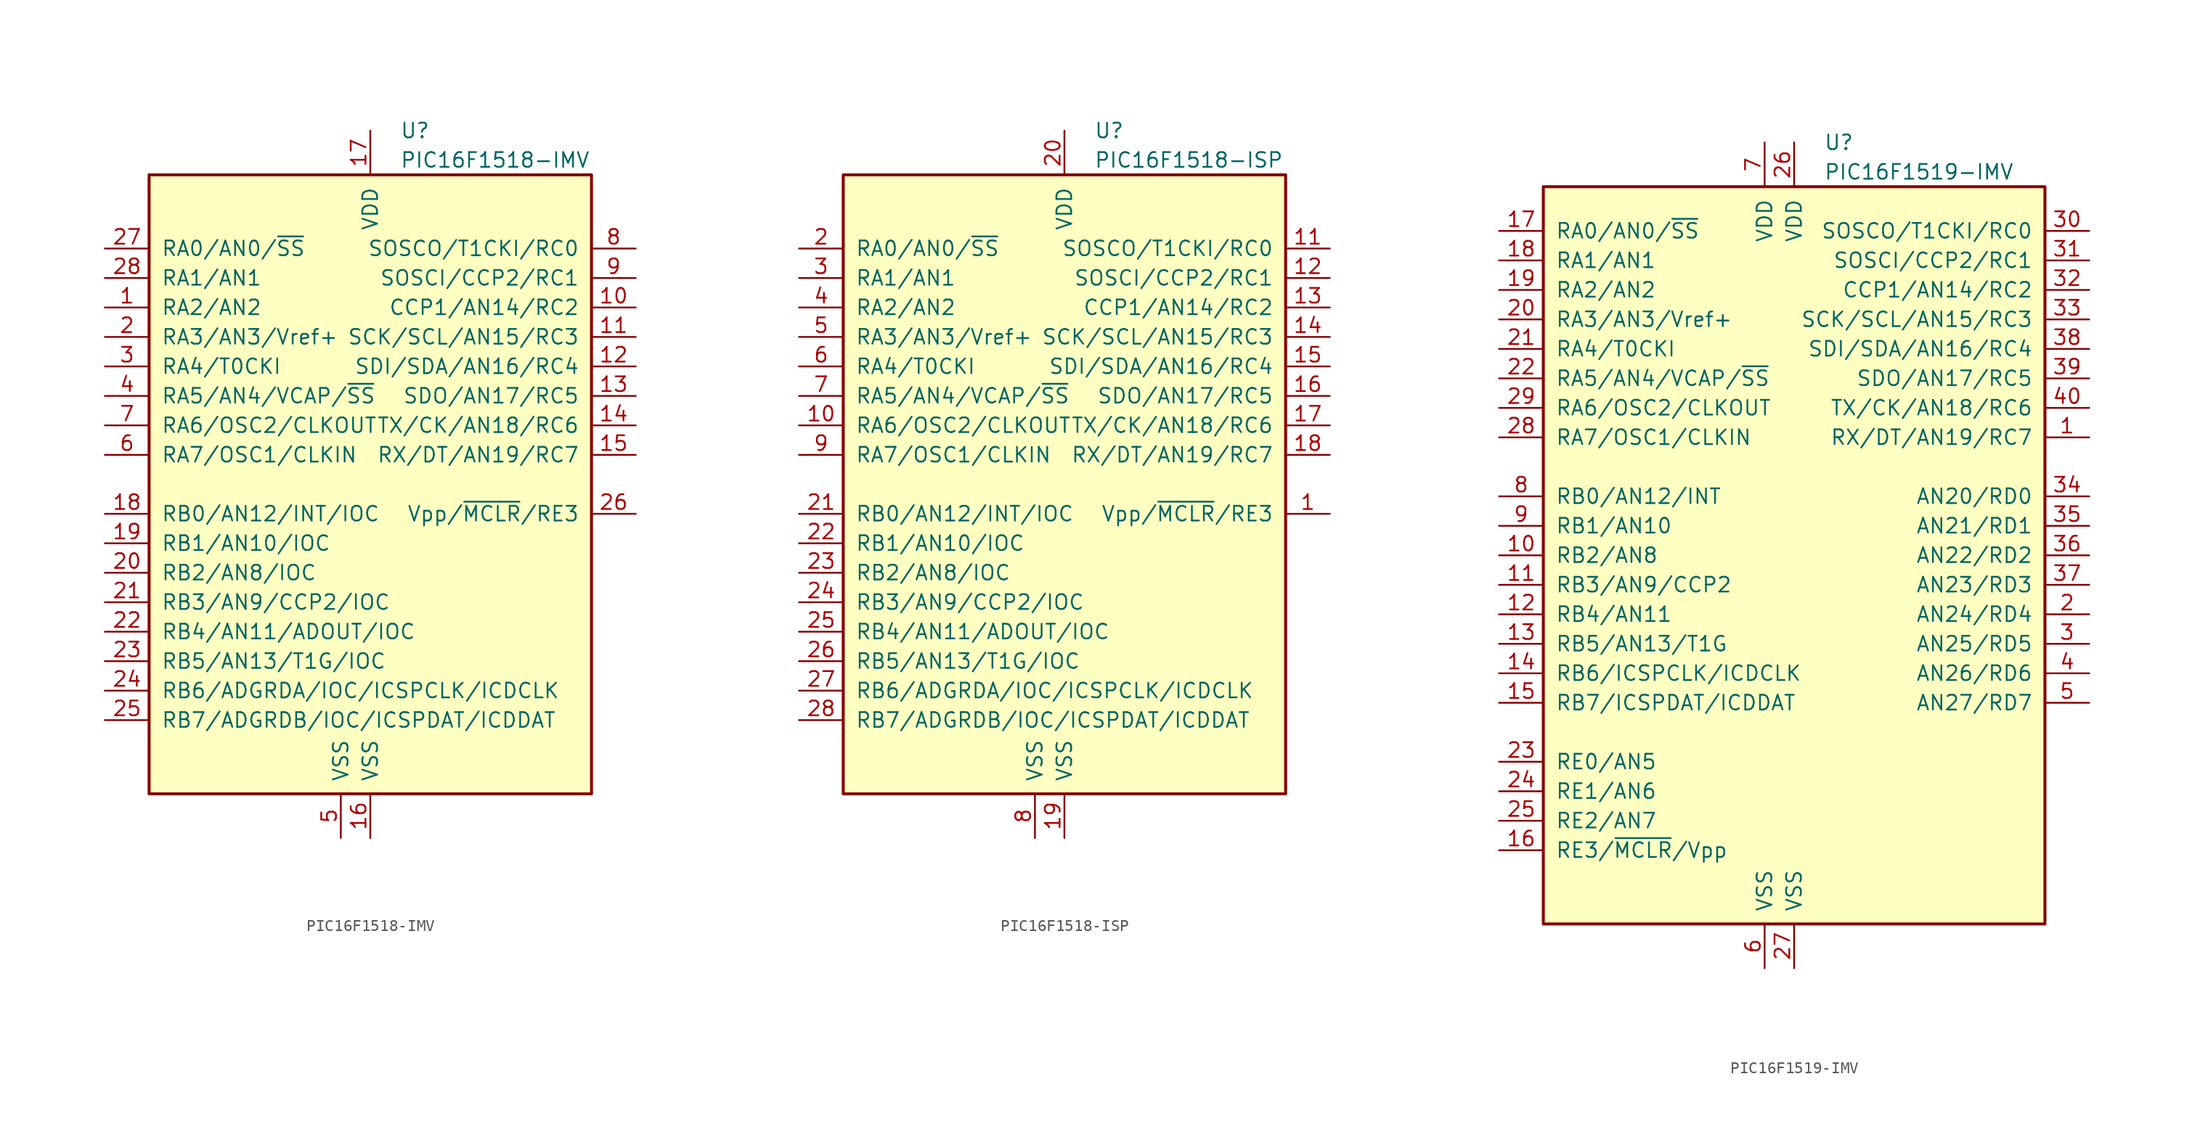
<source format=kicad_sym>
(kicad_symbol_lib
  (version 20220914)
  (generator kicad_symbol_editor)
  (symbol "PIC16F1518-IMV"
    (pin_names
      (offset 1.016))
    (property "Reference" "U"
      (at 2.54 30.48 0)
      (effects (font (size 1.27 1.27)) (justify left)))
    (property "Value" "PIC16F1518-IMV"
      (at 2.54 27.94 0)
      (effects (font (size 1.27 1.27)) (justify left)))
    (symbol "PIC16F1518-IMV_0_1"
      (rectangle (start -19.05 26.67) (end 19.05 -26.67) (stroke (width 0.254) (type default)) (fill (type background))))
    (symbol "PIC16F1518-IMV_1_1"
      (pin bidirectional line (at -22.86 15.24 0) (length 3.81) (name "RA2/AN2" (effects (font (size 1.27 1.27)))) (number "1" (effects (font (size 1.27 1.27)))))
      (pin bidirectional line (at 22.86 15.24 180) (length 3.81) (name "CCP1/AN14/RC2" (effects (font (size 1.27 1.27)))) (number "10" (effects (font (size 1.27 1.27)))))
      (pin bidirectional line (at 22.86 12.7 180) (length 3.81) (name "SCK/SCL/AN15/RC3" (effects (font (size 1.27 1.27)))) (number "11" (effects (font (size 1.27 1.27)))))
      (pin bidirectional line (at 22.86 10.16 180) (length 3.81) (name "SDI/SDA/AN16/RC4" (effects (font (size 1.27 1.27)))) (number "12" (effects (font (size 1.27 1.27)))))
      (pin bidirectional line (at 22.86 7.62 180) (length 3.81) (name "SDO/AN17/RC5" (effects (font (size 1.27 1.27)))) (number "13" (effects (font (size 1.27 1.27)))))
      (pin bidirectional line (at 22.86 5.08 180) (length 3.81) (name "TX/CK/AN18/RC6" (effects (font (size 1.27 1.27)))) (number "14" (effects (font (size 1.27 1.27)))))
      (pin bidirectional line (at 22.86 2.54 180) (length 3.81) (name "RX/DT/AN19/RC7" (effects (font (size 1.27 1.27)))) (number "15" (effects (font (size 1.27 1.27)))))
      (pin power_in line (at 0 -30.48 90) (length 3.81) (name "VSS" (effects (font (size 1.27 1.27)))) (number "16" (effects (font (size 1.27 1.27)))))
      (pin power_in line (at 0 30.48 270) (length 3.81) (name "VDD" (effects (font (size 1.27 1.27)))) (number "17" (effects (font (size 1.27 1.27)))))
      (pin bidirectional line (at -22.86 -2.54 0) (length 3.81) (name "RB0/AN12/INT/IOC" (effects (font (size 1.27 1.27)))) (number "18" (effects (font (size 1.27 1.27)))))
      (pin bidirectional line (at -22.86 -5.08 0) (length 3.81) (name "RB1/AN10/IOC" (effects (font (size 1.27 1.27)))) (number "19" (effects (font (size 1.27 1.27)))))
      (pin bidirectional line (at -22.86 12.7 0) (length 3.81) (name "RA3/AN3/Vref+" (effects (font (size 1.27 1.27)))) (number "2" (effects (font (size 1.27 1.27)))))
      (pin bidirectional line (at -22.86 -7.62 0) (length 3.81) (name "RB2/AN8/IOC" (effects (font (size 1.27 1.27)))) (number "20" (effects (font (size 1.27 1.27)))))
      (pin bidirectional line (at -22.86 -10.16 0) (length 3.81) (name "RB3/AN9/CCP2/IOC" (effects (font (size 1.27 1.27)))) (number "21" (effects (font (size 1.27 1.27)))))
      (pin bidirectional line (at -22.86 -12.7 0) (length 3.81) (name "RB4/AN11/ADOUT/IOC" (effects (font (size 1.27 1.27)))) (number "22" (effects (font (size 1.27 1.27)))))
      (pin bidirectional line (at -22.86 -15.24 0) (length 3.81) (name "RB5/AN13/T1G/IOC" (effects (font (size 1.27 1.27)))) (number "23" (effects (font (size 1.27 1.27)))))
      (pin bidirectional line (at -22.86 -17.78 0) (length 3.81) (name "RB6/ADGRDA/IOC/ICSPCLK/ICDCLK" (effects (font (size 1.27 1.27)))) (number "24" (effects (font (size 1.27 1.27)))))
      (pin bidirectional line (at -22.86 -20.32 0) (length 3.81) (name "RB7/ADGRDB/IOC/ICSPDAT/ICDDAT" (effects (font (size 1.27 1.27)))) (number "25" (effects (font (size 1.27 1.27)))))
      (pin input line (at 22.86 -2.54 180) (length 3.81) (name "Vpp/~{MCLR}/RE3" (effects (font (size 1.27 1.27)))) (number "26" (effects (font (size 1.27 1.27)))))
      (pin bidirectional line (at -22.86 20.32 0) (length 3.81) (name "RA0/AN0/~{SS}" (effects (font (size 1.27 1.27)))) (number "27" (effects (font (size 1.27 1.27)))))
      (pin bidirectional line (at -22.86 17.78 0) (length 3.81) (name "RA1/AN1" (effects (font (size 1.27 1.27)))) (number "28" (effects (font (size 1.27 1.27)))))
      (pin bidirectional line (at -22.86 10.16 0) (length 3.81) (name "RA4/T0CKI" (effects (font (size 1.27 1.27)))) (number "3" (effects (font (size 1.27 1.27)))))
      (pin bidirectional line (at -22.86 7.62 0) (length 3.81) (name "RA5/AN4/VCAP/~{SS}" (effects (font (size 1.27 1.27)))) (number "4" (effects (font (size 1.27 1.27)))))
      (pin power_in line (at -2.54 -30.48 90) (length 3.81) (name "VSS" (effects (font (size 1.27 1.27)))) (number "5" (effects (font (size 1.27 1.27)))))
      (pin bidirectional line (at -22.86 2.54 0) (length 3.81) (name "RA7/OSC1/CLKIN" (effects (font (size 1.27 1.27)))) (number "6" (effects (font (size 1.27 1.27)))))
      (pin bidirectional line (at -22.86 5.08 0) (length 3.81) (name "RA6/OSC2/CLKOUT" (effects (font (size 1.27 1.27)))) (number "7" (effects (font (size 1.27 1.27)))))
      (pin bidirectional line (at 22.86 20.32 180) (length 3.81) (name "SOSCO/T1CKI/RC0" (effects (font (size 1.27 1.27)))) (number "8" (effects (font (size 1.27 1.27)))))
      (pin bidirectional line (at 22.86 17.78 180) (length 3.81) (name "SOSCI/CCP2/RC1" (effects (font (size 1.27 1.27)))) (number "9" (effects (font (size 1.27 1.27)))))))
  (symbol "PIC16F1518-ISP"
    (pin_names
      (offset 1.016))
    (property "Reference" "U"
      (at 2.54 30.48 0)
      (effects (font (size 1.27 1.27)) (justify left)))
    (property "Value" "PIC16F1518-ISP"
      (at 2.54 27.94 0)
      (effects (font (size 1.27 1.27)) (justify left)))
    (symbol "PIC16F1518-ISP_0_1"
      (rectangle (start -19.05 26.67) (end 19.05 -26.67) (stroke (width 0.254) (type default)) (fill (type background))))
    (symbol "PIC16F1518-ISP_1_1"
      (pin input line (at 22.86 -2.54 180) (length 3.81) (name "Vpp/~{MCLR}/RE3" (effects (font (size 1.27 1.27)))) (number "1" (effects (font (size 1.27 1.27)))))
      (pin bidirectional line (at -22.86 5.08 0) (length 3.81) (name "RA6/OSC2/CLKOUT" (effects (font (size 1.27 1.27)))) (number "10" (effects (font (size 1.27 1.27)))))
      (pin bidirectional line (at 22.86 20.32 180) (length 3.81) (name "SOSCO/T1CKI/RC0" (effects (font (size 1.27 1.27)))) (number "11" (effects (font (size 1.27 1.27)))))
      (pin bidirectional line (at 22.86 17.78 180) (length 3.81) (name "SOSCI/CCP2/RC1" (effects (font (size 1.27 1.27)))) (number "12" (effects (font (size 1.27 1.27)))))
      (pin bidirectional line (at 22.86 15.24 180) (length 3.81) (name "CCP1/AN14/RC2" (effects (font (size 1.27 1.27)))) (number "13" (effects (font (size 1.27 1.27)))))
      (pin bidirectional line (at 22.86 12.7 180) (length 3.81) (name "SCK/SCL/AN15/RC3" (effects (font (size 1.27 1.27)))) (number "14" (effects (font (size 1.27 1.27)))))
      (pin bidirectional line (at 22.86 10.16 180) (length 3.81) (name "SDI/SDA/AN16/RC4" (effects (font (size 1.27 1.27)))) (number "15" (effects (font (size 1.27 1.27)))))
      (pin bidirectional line (at 22.86 7.62 180) (length 3.81) (name "SDO/AN17/RC5" (effects (font (size 1.27 1.27)))) (number "16" (effects (font (size 1.27 1.27)))))
      (pin bidirectional line (at 22.86 5.08 180) (length 3.81) (name "TX/CK/AN18/RC6" (effects (font (size 1.27 1.27)))) (number "17" (effects (font (size 1.27 1.27)))))
      (pin bidirectional line (at 22.86 2.54 180) (length 3.81) (name "RX/DT/AN19/RC7" (effects (font (size 1.27 1.27)))) (number "18" (effects (font (size 1.27 1.27)))))
      (pin power_in line (at 0 -30.48 90) (length 3.81) (name "VSS" (effects (font (size 1.27 1.27)))) (number "19" (effects (font (size 1.27 1.27)))))
      (pin bidirectional line (at -22.86 20.32 0) (length 3.81) (name "RA0/AN0/~{SS}" (effects (font (size 1.27 1.27)))) (number "2" (effects (font (size 1.27 1.27)))))
      (pin power_in line (at 0 30.48 270) (length 3.81) (name "VDD" (effects (font (size 1.27 1.27)))) (number "20" (effects (font (size 1.27 1.27)))))
      (pin bidirectional line (at -22.86 -2.54 0) (length 3.81) (name "RB0/AN12/INT/IOC" (effects (font (size 1.27 1.27)))) (number "21" (effects (font (size 1.27 1.27)))))
      (pin bidirectional line (at -22.86 -5.08 0) (length 3.81) (name "RB1/AN10/IOC" (effects (font (size 1.27 1.27)))) (number "22" (effects (font (size 1.27 1.27)))))
      (pin bidirectional line (at -22.86 -7.62 0) (length 3.81) (name "RB2/AN8/IOC" (effects (font (size 1.27 1.27)))) (number "23" (effects (font (size 1.27 1.27)))))
      (pin bidirectional line (at -22.86 -10.16 0) (length 3.81) (name "RB3/AN9/CCP2/IOC" (effects (font (size 1.27 1.27)))) (number "24" (effects (font (size 1.27 1.27)))))
      (pin bidirectional line (at -22.86 -12.7 0) (length 3.81) (name "RB4/AN11/ADOUT/IOC" (effects (font (size 1.27 1.27)))) (number "25" (effects (font (size 1.27 1.27)))))
      (pin bidirectional line (at -22.86 -15.24 0) (length 3.81) (name "RB5/AN13/T1G/IOC" (effects (font (size 1.27 1.27)))) (number "26" (effects (font (size 1.27 1.27)))))
      (pin bidirectional line (at -22.86 -17.78 0) (length 3.81) (name "RB6/ADGRDA/IOC/ICSPCLK/ICDCLK" (effects (font (size 1.27 1.27)))) (number "27" (effects (font (size 1.27 1.27)))))
      (pin bidirectional line (at -22.86 -20.32 0) (length 3.81) (name "RB7/ADGRDB/IOC/ICSPDAT/ICDDAT" (effects (font (size 1.27 1.27)))) (number "28" (effects (font (size 1.27 1.27)))))
      (pin bidirectional line (at -22.86 17.78 0) (length 3.81) (name "RA1/AN1" (effects (font (size 1.27 1.27)))) (number "3" (effects (font (size 1.27 1.27)))))
      (pin bidirectional line (at -22.86 15.24 0) (length 3.81) (name "RA2/AN2" (effects (font (size 1.27 1.27)))) (number "4" (effects (font (size 1.27 1.27)))))
      (pin bidirectional line (at -22.86 12.7 0) (length 3.81) (name "RA3/AN3/Vref+" (effects (font (size 1.27 1.27)))) (number "5" (effects (font (size 1.27 1.27)))))
      (pin bidirectional line (at -22.86 10.16 0) (length 3.81) (name "RA4/T0CKI" (effects (font (size 1.27 1.27)))) (number "6" (effects (font (size 1.27 1.27)))))
      (pin bidirectional line (at -22.86 7.62 0) (length 3.81) (name "RA5/AN4/VCAP/~{SS}" (effects (font (size 1.27 1.27)))) (number "7" (effects (font (size 1.27 1.27)))))
      (pin power_in line (at -2.54 -30.48 90) (length 3.81) (name "VSS" (effects (font (size 1.27 1.27)))) (number "8" (effects (font (size 1.27 1.27)))))
      (pin bidirectional line (at -22.86 2.54 0) (length 3.81) (name "RA7/OSC1/CLKIN" (effects (font (size 1.27 1.27)))) (number "9" (effects (font (size 1.27 1.27)))))))
  (symbol "PIC16F1519-IMV"
    (pin_names
      (offset 1.016))
    (property "Reference" "U"
      (at 2.54 35.56 0)
      (effects (font (size 1.27 1.27)) (justify left)))
    (property "Value" "PIC16F1519-IMV"
      (at 2.54 33.02 0)
      (effects (font (size 1.27 1.27)) (justify left)))
    (symbol "PIC16F1519-IMV_0_1"
      (rectangle (start -21.59 31.75) (end 21.59 -31.75) (stroke (width 0.254) (type default)) (fill (type background))))
    (symbol "PIC16F1519-IMV_1_1"
      (pin bidirectional line (at 25.4 10.16 180) (length 3.81) (name "RX/DT/AN19/RC7" (effects (font (size 1.27 1.27)))) (number "1" (effects (font (size 1.27 1.27)))))
      (pin bidirectional line (at -25.4 0 0) (length 3.81) (name "RB2/AN8" (effects (font (size 1.27 1.27)))) (number "10" (effects (font (size 1.27 1.27)))))
      (pin bidirectional line (at -25.4 -2.54 0) (length 3.81) (name "RB3/AN9/CCP2" (effects (font (size 1.27 1.27)))) (number "11" (effects (font (size 1.27 1.27)))))
      (pin bidirectional line (at -25.4 -5.08 0) (length 3.81) (name "RB4/AN11" (effects (font (size 1.27 1.27)))) (number "12" (effects (font (size 1.27 1.27)))))
      (pin bidirectional line (at -25.4 -7.62 0) (length 3.81) (name "RB5/AN13/T1G" (effects (font (size 1.27 1.27)))) (number "13" (effects (font (size 1.27 1.27)))))
      (pin bidirectional line (at -25.4 -10.16 0) (length 3.81) (name "RB6/ICSPCLK/ICDCLK" (effects (font (size 1.27 1.27)))) (number "14" (effects (font (size 1.27 1.27)))))
      (pin bidirectional line (at -25.4 -12.7 0) (length 3.81) (name "RB7/ICSPDAT/ICDDAT" (effects (font (size 1.27 1.27)))) (number "15" (effects (font (size 1.27 1.27)))))
      (pin input line (at -25.4 -25.4 0) (length 3.81) (name "RE3/~{MCLR}/Vpp" (effects (font (size 1.27 1.27)))) (number "16" (effects (font (size 1.27 1.27)))))
      (pin bidirectional line (at -25.4 27.94 0) (length 3.81) (name "RA0/AN0/~{SS}" (effects (font (size 1.27 1.27)))) (number "17" (effects (font (size 1.27 1.27)))))
      (pin bidirectional line (at -25.4 25.4 0) (length 3.81) (name "RA1/AN1" (effects (font (size 1.27 1.27)))) (number "18" (effects (font (size 1.27 1.27)))))
      (pin bidirectional line (at -25.4 22.86 0) (length 3.81) (name "RA2/AN2" (effects (font (size 1.27 1.27)))) (number "19" (effects (font (size 1.27 1.27)))))
      (pin bidirectional line (at 25.4 -5.08 180) (length 3.81) (name "AN24/RD4" (effects (font (size 1.27 1.27)))) (number "2" (effects (font (size 1.27 1.27)))))
      (pin bidirectional line (at -25.4 20.32 0) (length 3.81) (name "RA3/AN3/Vref+" (effects (font (size 1.27 1.27)))) (number "20" (effects (font (size 1.27 1.27)))))
      (pin bidirectional line (at -25.4 17.78 0) (length 3.81) (name "RA4/T0CKI" (effects (font (size 1.27 1.27)))) (number "21" (effects (font (size 1.27 1.27)))))
      (pin bidirectional line (at -25.4 15.24 0) (length 3.81) (name "RA5/AN4/VCAP/~{SS}" (effects (font (size 1.27 1.27)))) (number "22" (effects (font (size 1.27 1.27)))))
      (pin bidirectional line (at -25.4 -17.78 0) (length 3.81) (name "RE0/AN5" (effects (font (size 1.27 1.27)))) (number "23" (effects (font (size 1.27 1.27)))))
      (pin bidirectional line (at -25.4 -20.32 0) (length 3.81) (name "RE1/AN6" (effects (font (size 1.27 1.27)))) (number "24" (effects (font (size 1.27 1.27)))))
      (pin bidirectional line (at -25.4 -22.86 0) (length 3.81) (name "RE2/AN7" (effects (font (size 1.27 1.27)))) (number "25" (effects (font (size 1.27 1.27)))))
      (pin power_in line (at 0 35.56 270) (length 3.81) (name "VDD" (effects (font (size 1.27 1.27)))) (number "26" (effects (font (size 1.27 1.27)))))
      (pin power_in line (at 0 -35.56 90) (length 3.81) (name "VSS" (effects (font (size 1.27 1.27)))) (number "27" (effects (font (size 1.27 1.27)))))
      (pin bidirectional line (at -25.4 10.16 0) (length 3.81) (name "RA7/OSC1/CLKIN" (effects (font (size 1.27 1.27)))) (number "28" (effects (font (size 1.27 1.27)))))
      (pin bidirectional line (at -25.4 12.7 0) (length 3.81) (name "RA6/OSC2/CLKOUT" (effects (font (size 1.27 1.27)))) (number "29" (effects (font (size 1.27 1.27)))))
      (pin bidirectional line (at 25.4 -7.62 180) (length 3.81) (name "AN25/RD5" (effects (font (size 1.27 1.27)))) (number "3" (effects (font (size 1.27 1.27)))))
      (pin bidirectional line (at 25.4 27.94 180) (length 3.81) (name "SOSCO/T1CKI/RC0" (effects (font (size 1.27 1.27)))) (number "30" (effects (font (size 1.27 1.27)))))
      (pin bidirectional line (at 25.4 25.4 180) (length 3.81) (name "SOSCI/CCP2/RC1" (effects (font (size 1.27 1.27)))) (number "31" (effects (font (size 1.27 1.27)))))
      (pin bidirectional line (at 25.4 22.86 180) (length 3.81) (name "CCP1/AN14/RC2" (effects (font (size 1.27 1.27)))) (number "32" (effects (font (size 1.27 1.27)))))
      (pin bidirectional line (at 25.4 20.32 180) (length 3.81) (name "SCK/SCL/AN15/RC3" (effects (font (size 1.27 1.27)))) (number "33" (effects (font (size 1.27 1.27)))))
      (pin bidirectional line (at 25.4 5.08 180) (length 3.81) (name "AN20/RD0" (effects (font (size 1.27 1.27)))) (number "34" (effects (font (size 1.27 1.27)))))
      (pin bidirectional line (at 25.4 2.54 180) (length 3.81) (name "AN21/RD1" (effects (font (size 1.27 1.27)))) (number "35" (effects (font (size 1.27 1.27)))))
      (pin bidirectional line (at 25.4 0 180) (length 3.81) (name "AN22/RD2" (effects (font (size 1.27 1.27)))) (number "36" (effects (font (size 1.27 1.27)))))
      (pin bidirectional line (at 25.4 -2.54 180) (length 3.81) (name "AN23/RD3" (effects (font (size 1.27 1.27)))) (number "37" (effects (font (size 1.27 1.27)))))
      (pin bidirectional line (at 25.4 17.78 180) (length 3.81) (name "SDI/SDA/AN16/RC4" (effects (font (size 1.27 1.27)))) (number "38" (effects (font (size 1.27 1.27)))))
      (pin bidirectional line (at 25.4 15.24 180) (length 3.81) (name "SDO/AN17/RC5" (effects (font (size 1.27 1.27)))) (number "39" (effects (font (size 1.27 1.27)))))
      (pin bidirectional line (at 25.4 -10.16 180) (length 3.81) (name "AN26/RD6" (effects (font (size 1.27 1.27)))) (number "4" (effects (font (size 1.27 1.27)))))
      (pin bidirectional line (at 25.4 12.7 180) (length 3.81) (name "TX/CK/AN18/RC6" (effects (font (size 1.27 1.27)))) (number "40" (effects (font (size 1.27 1.27)))))
      (pin bidirectional line (at 25.4 -12.7 180) (length 3.81) (name "AN27/RD7" (effects (font (size 1.27 1.27)))) (number "5" (effects (font (size 1.27 1.27)))))
      (pin power_in line (at -2.54 -35.56 90) (length 3.81) (name "VSS" (effects (font (size 1.27 1.27)))) (number "6" (effects (font (size 1.27 1.27)))))
      (pin power_in line (at -2.54 35.56 270) (length 3.81) (name "VDD" (effects (font (size 1.27 1.27)))) (number "7" (effects (font (size 1.27 1.27)))))
      (pin bidirectional line (at -25.4 5.08 0) (length 3.81) (name "RB0/AN12/INT" (effects (font (size 1.27 1.27)))) (number "8" (effects (font (size 1.27 1.27)))))
      (pin bidirectional line (at -25.4 2.54 0) (length 3.81) (name "RB1/AN10" (effects (font (size 1.27 1.27)))) (number "9" (effects (font (size 1.27 1.27))))))))
</source>
